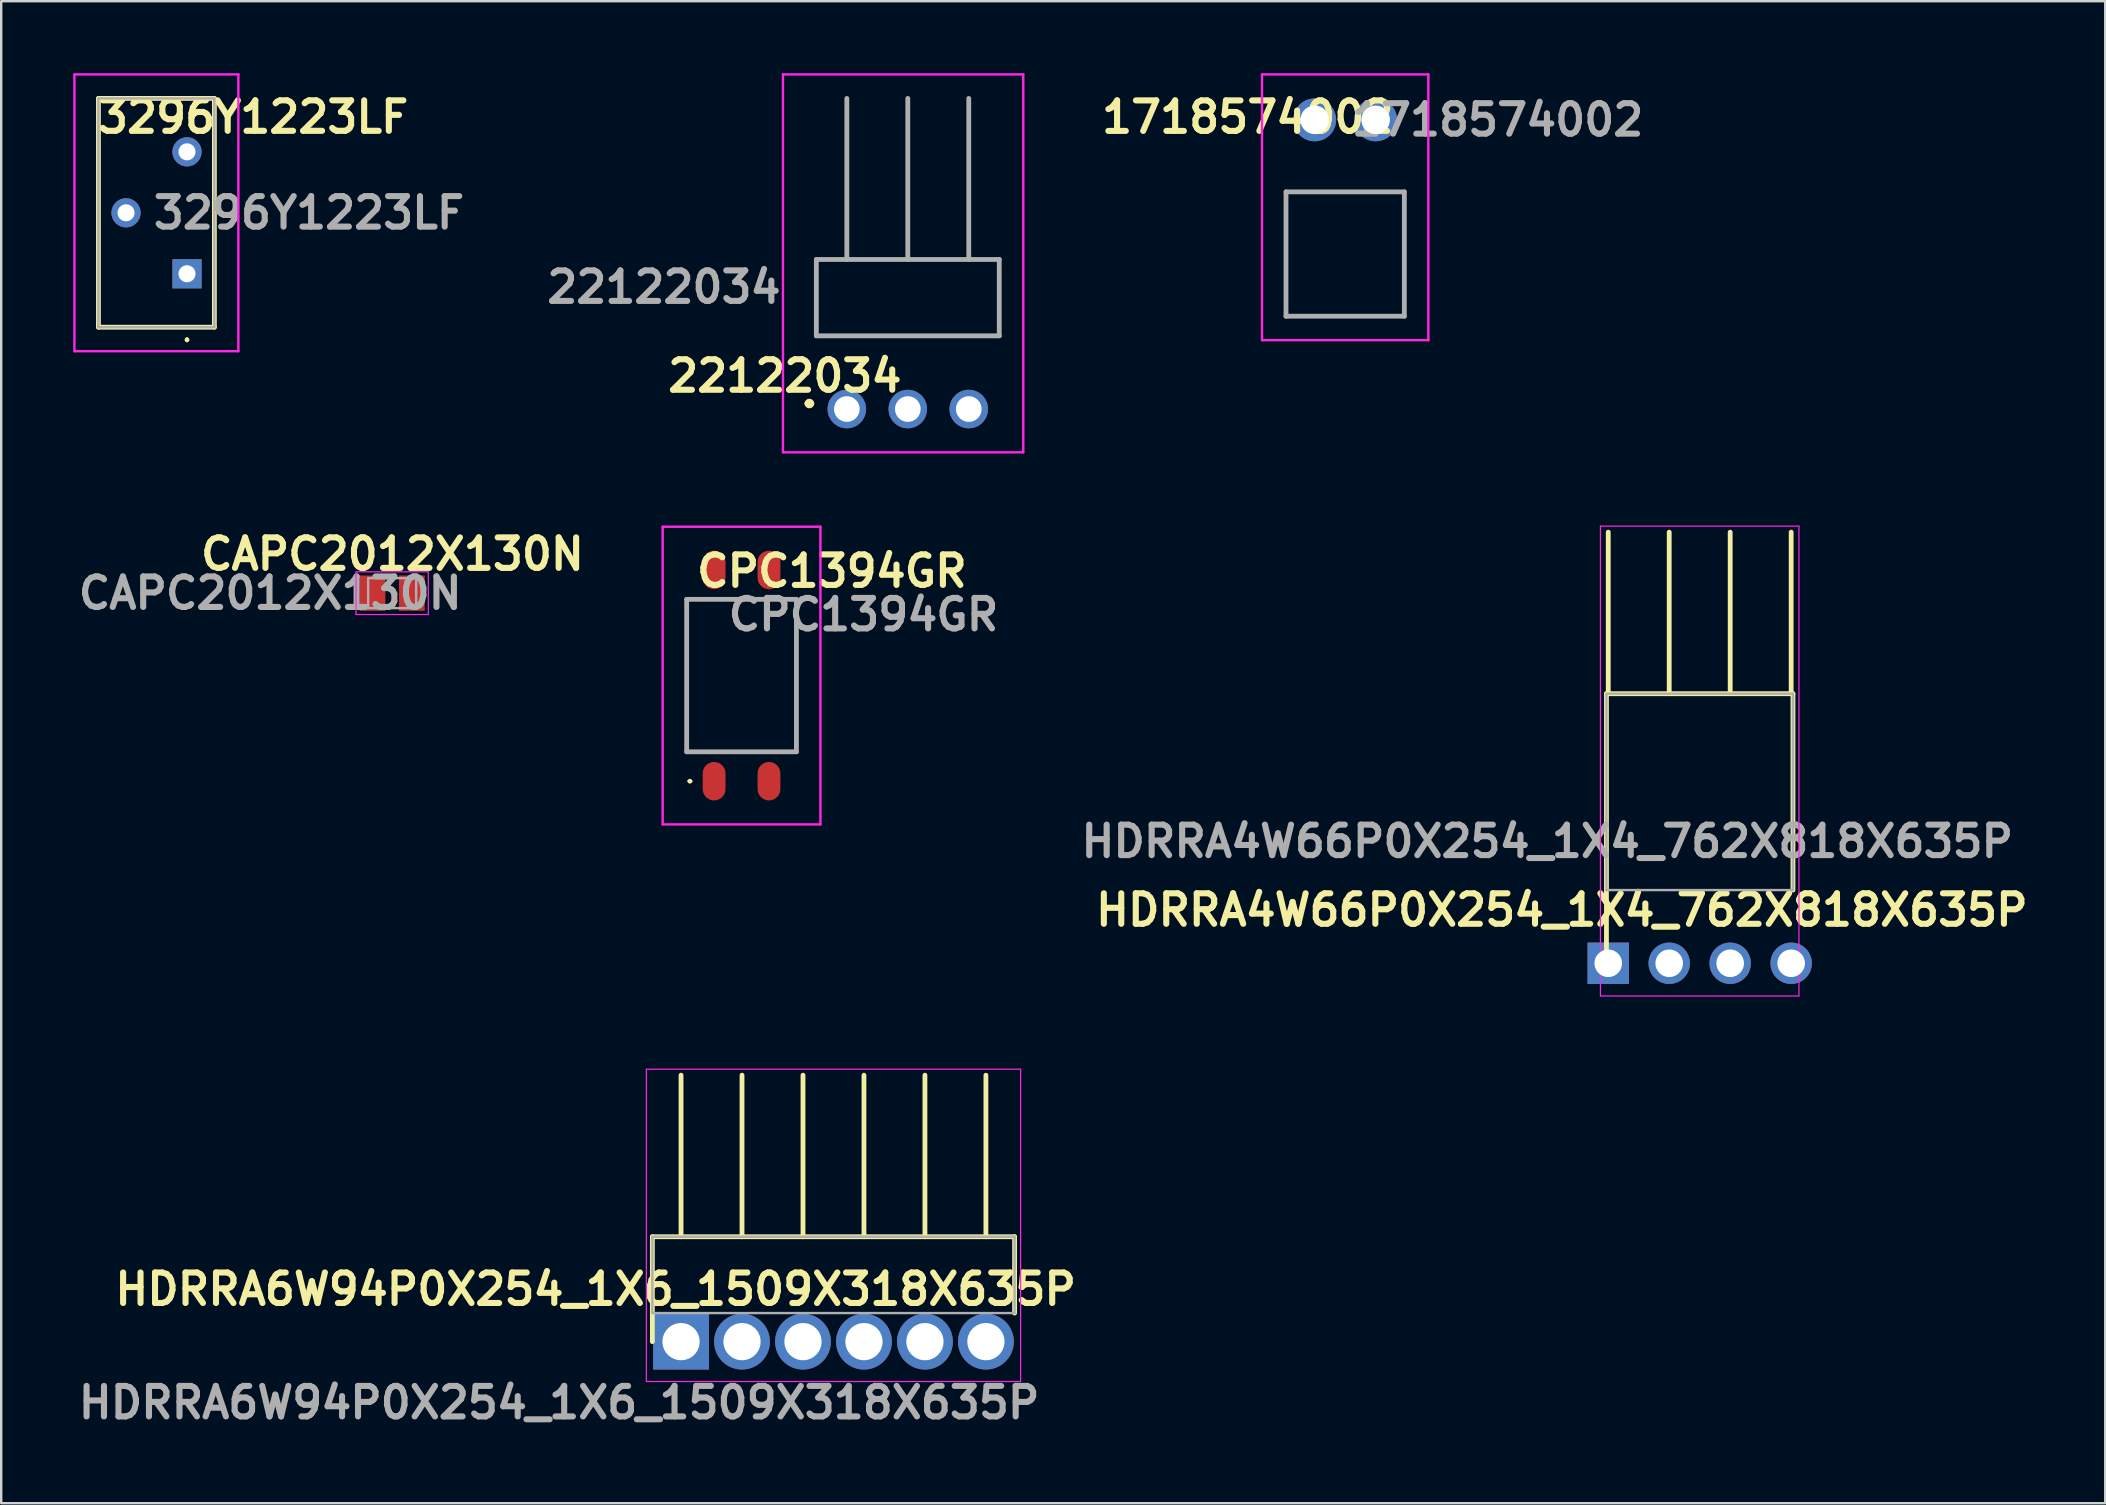
<source format=kicad_pcb>
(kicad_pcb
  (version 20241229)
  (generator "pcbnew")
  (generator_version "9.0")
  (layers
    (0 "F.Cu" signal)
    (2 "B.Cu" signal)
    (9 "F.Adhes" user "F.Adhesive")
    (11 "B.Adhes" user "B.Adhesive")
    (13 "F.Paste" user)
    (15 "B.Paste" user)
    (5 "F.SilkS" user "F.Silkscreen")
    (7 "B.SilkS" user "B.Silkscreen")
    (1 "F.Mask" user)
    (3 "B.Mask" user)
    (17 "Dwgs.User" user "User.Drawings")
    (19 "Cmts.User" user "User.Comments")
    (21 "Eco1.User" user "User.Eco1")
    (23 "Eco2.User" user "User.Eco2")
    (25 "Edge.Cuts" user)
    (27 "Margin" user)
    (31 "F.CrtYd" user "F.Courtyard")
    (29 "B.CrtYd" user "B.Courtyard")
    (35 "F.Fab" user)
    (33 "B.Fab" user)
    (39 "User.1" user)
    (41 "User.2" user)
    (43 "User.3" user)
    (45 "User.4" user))
  (footprint "CAPC2012X130N"
    (layer "F.Cu")
    (at 13.287 21.659)
    (property "Reference" "CAPC2012X130N" (at 0.012 -1.627 0) (layer "F.SilkS") (effects (font (size 1.27 1.27) (thickness 0.254))))
    (attr smd)
    (fp_line (start -1.505 -0.89) (end 1.505 -0.89) (stroke (width 0.05) (type solid)) (layer "F.CrtYd"))
    (fp_line (start -1.505 0.89) (end -1.505 -0.89) (stroke (width 0.05) (type solid)) (layer "F.CrtYd"))
    (fp_line (start 1.505 -0.89) (end 1.505 0.89) (stroke (width 0.05) (type solid)) (layer "F.CrtYd"))
    (fp_line (start 1.505 0.89) (end -1.505 0.89) (stroke (width 0.05) (type solid)) (layer "F.CrtYd"))
    (fp_line (start -1 -0.625) (end 1 -0.625) (stroke (width 0.1) (type solid)) (layer "F.Fab"))
    (fp_line (start -1 0.625) (end -1 -0.625) (stroke (width 0.1) (type solid)) (layer "F.Fab"))
    (fp_line (start 1 -0.625) (end 1 0.625) (stroke (width 0.1) (type solid)) (layer "F.Fab"))
    (fp_line (start 1 0.625) (end -1 0.625) (stroke (width 0.1) (type solid)) (layer "F.Fab"))
    (fp_text user "${REFERENCE}" (at -5.08 0 0) (layer "F.Fab") (effects (font (size 1.27 1.27) (thickness 0.254))))
    (pad "1" smd rect (at -0.82 0) (size 1.07 1.47) (layers "F.Cu" "F.Mask" "F.Paste"))
    (pad "2" smd rect (at 0.82 0) (size 1.07 1.47) (layers "F.Cu" "F.Mask" "F.Paste")))
  (footprint "3296Y1223LF"
    (layer "F.Cu")
    (at 4.74 8.355)
    (property "Reference" "3296Y1223LF" (at 2.754 -6.53 0) (layer "F.SilkS") (effects (font (size 1.27 1.27) (thickness 0.254))))
    (attr through_hole)
    (fp_line (start -3.69 -7.305) (end -3.69 2.225) (stroke (width 0.2) (type solid)) (layer "F.SilkS"))
    (fp_line (start -3.69 2.225) (end 1.14 2.225) (stroke (width 0.2) (type solid)) (layer "F.SilkS"))
    (fp_line (start 0 2.7) (end 0 2.7) (stroke (width 0.1) (type solid)) (layer "F.SilkS"))
    (fp_line (start 0 2.8) (end 0 2.8) (stroke (width 0.1) (type solid)) (layer "F.SilkS"))
    (fp_line (start 1.14 -7.305) (end -3.69 -7.305) (stroke (width 0.2) (type solid)) (layer "F.SilkS"))
    (fp_line (start 1.14 2.225) (end 1.14 -7.305) (stroke (width 0.2) (type solid)) (layer "F.SilkS"))
    (fp_arc (start 0 2.7) (mid 0.05 2.75) (end 0 2.8) (stroke (width 0.1) (type solid)) (layer "F.SilkS"))
    (fp_arc (start 0 2.8) (mid -0.05 2.75) (end 0 2.7) (stroke (width 0.1) (type solid)) (layer "F.SilkS"))
    (fp_line (start -4.69 -8.305) (end -4.69 3.225) (stroke (width 0.1) (type solid)) (layer "F.CrtYd"))
    (fp_line (start -4.69 3.225) (end 2.14 3.225) (stroke (width 0.1) (type solid)) (layer "F.CrtYd"))
    (fp_line (start 2.14 -8.305) (end -4.69 -8.305) (stroke (width 0.1) (type solid)) (layer "F.CrtYd"))
    (fp_line (start 2.14 3.225) (end 2.14 -8.305) (stroke (width 0.1) (type solid)) (layer "F.CrtYd"))
    (fp_line (start -3.69 -7.305) (end -3.69 2.225) (stroke (width 0.1) (type solid)) (layer "F.Fab"))
    (fp_line (start -3.69 2.225) (end 1.14 2.225) (stroke (width 0.1) (type solid)) (layer "F.Fab"))
    (fp_line (start 1.14 -7.305) (end -3.69 -7.305) (stroke (width 0.1) (type solid)) (layer "F.Fab"))
    (fp_line (start 1.14 2.225) (end 1.14 -7.305) (stroke (width 0.1) (type solid)) (layer "F.Fab"))
    (fp_text user "${REFERENCE}" (at 5.08 -2.54 0) (layer "F.Fab") (effects (font (size 1.27 1.27) (thickness 0.254))))
    (pad "1" thru_hole rect (at 0 0) (size 1.217 1.217) (drill 0.71) (layers "*.Cu" "*.Mask"))
    (pad "2" thru_hole circle (at -2.54 -2.54) (size 1.217 1.217) (drill 0.71) (layers "*.Cu" "*.Mask"))
    (pad "3" thru_hole circle (at 0 -5.08) (size 1.217 1.217) (drill 0.71) (layers "*.Cu" "*.Mask")))
  (footprint "1718574002"
    (layer "F.Cu")
    (at 51.717 1.943)
    (property "Reference" "1718574002" (at -2.789 -0.115 0) (layer "F.SilkS") (effects (font (size 1.27 1.27) (thickness 0.254))))
    (attr through_hole)
    (fp_line (start -1.195 3) (end 3.735 3) (stroke (width 0.1) (type solid)) (layer "F.SilkS"))
    (fp_line (start -1.195 8.18) (end -1.195 3) (stroke (width 0.1) (type solid)) (layer "F.SilkS"))
    (fp_line (start 3.735 3) (end 3.735 8.18) (stroke (width 0.1) (type solid)) (layer "F.SilkS"))
    (fp_line (start 3.735 8.18) (end -1.195 8.18) (stroke (width 0.1) (type solid)) (layer "F.SilkS"))
    (fp_line (start -2.195 -1.893) (end 4.735 -1.893) (stroke (width 0.1) (type solid)) (layer "F.CrtYd"))
    (fp_line (start -2.195 9.18) (end -2.195 -1.893) (stroke (width 0.1) (type solid)) (layer "F.CrtYd"))
    (fp_line (start 4.735 -1.893) (end 4.735 9.18) (stroke (width 0.1) (type solid)) (layer "F.CrtYd"))
    (fp_line (start 4.735 9.18) (end -2.195 9.18) (stroke (width 0.1) (type solid)) (layer "F.CrtYd"))
    (fp_line (start -1.195 3) (end 3.735 3) (stroke (width 0.2) (type solid)) (layer "F.Fab"))
    (fp_line (start -1.195 8.18) (end -1.195 3) (stroke (width 0.2) (type solid)) (layer "F.Fab"))
    (fp_line (start 3.735 3) (end 3.735 8.18) (stroke (width 0.2) (type solid)) (layer "F.Fab"))
    (fp_line (start 3.735 8.18) (end -1.195 8.18) (stroke (width 0.2) (type solid)) (layer "F.Fab"))
    (fp_text user "${REFERENCE}" (at 7.62 0 0) (layer "F.Fab") (effects (font (size 1.27 1.27) (thickness 0.254))))
    (pad "1" thru_hole circle (at 0 0) (size 1.785 1.785) (drill 1.19) (layers "*.Cu" "*.Mask"))
    (pad "2" thru_hole circle (at 2.54 0) (size 1.785 1.785) (drill 1.19) (layers "*.Cu" "*.Mask")))
  (footprint "HDRRA4W66P0X254_1X4_762X818X635P"
    (layer "F.Cu")
    (at 63.946 37.078)
    (property "Reference" "HDRRA4W66P0X254_1X4_762X818X635P" (at -1.932 -2.22 0) (layer "F.SilkS") (effects (font (size 1.27 1.27) (thickness 0.254))))
    (attr through_hole)
    (fp_line (start -0.075 -11.23) (end 7.695 -11.23) (stroke (width 0.2) (type solid)) (layer "F.SilkS"))
    (fp_line (start -0.075 0) (end -0.075 -11.23) (stroke (width 0.2) (type solid)) (layer "F.SilkS"))
    (fp_line (start 0 -11.23) (end 0 -17.96) (stroke (width 0.2) (type solid)) (layer "F.SilkS"))
    (fp_line (start 2.54 -11.23) (end 2.54 -17.96) (stroke (width 0.2) (type solid)) (layer "F.SilkS"))
    (fp_line (start 5.08 -11.23) (end 5.08 -17.96) (stroke (width 0.2) (type solid)) (layer "F.SilkS"))
    (fp_line (start 7.62 -11.23) (end 7.62 -17.96) (stroke (width 0.2) (type solid)) (layer "F.SilkS"))
    (fp_line (start 7.695 -11.23) (end 7.695 -3.05) (stroke (width 0.2) (type solid)) (layer "F.SilkS"))
    (fp_line (start -0.325 -18.21) (end -0.325 1.362) (stroke (width 0.05) (type solid)) (layer "F.CrtYd"))
    (fp_line (start -0.325 1.362) (end 7.945 1.362) (stroke (width 0.05) (type solid)) (layer "F.CrtYd"))
    (fp_line (start 7.945 -18.21) (end -0.325 -18.21) (stroke (width 0.05) (type solid)) (layer "F.CrtYd"))
    (fp_line (start 7.945 1.362) (end 7.945 -18.21) (stroke (width 0.05) (type solid)) (layer "F.CrtYd"))
    (fp_line (start -0.075 -11.23) (end 7.695 -11.23) (stroke (width 0.1) (type solid)) (layer "F.Fab"))
    (fp_line (start -0.075 -3.05) (end -0.075 -11.23) (stroke (width 0.1) (type solid)) (layer "F.Fab"))
    (fp_line (start 7.695 -11.23) (end 7.695 -3.05) (stroke (width 0.1) (type solid)) (layer "F.Fab"))
    (fp_line (start 7.695 -3.05) (end -0.075 -3.05) (stroke (width 0.1) (type solid)) (layer "F.Fab"))
    (fp_text user "${REFERENCE}" (at -2.54 -5.08 0) (layer "F.Fab") (effects (font (size 1.27 1.27) (thickness 0.254))))
    (pad "1" thru_hole rect (at 0 0) (size 1.725 1.725) (drill 1.15) (layers "*.Cu" "*.Mask"))
    (pad "2" thru_hole circle (at 2.54 0) (size 1.725 1.725) (drill 1.15) (layers "*.Cu" "*.Mask"))
    (pad "3" thru_hole circle (at 5.08 0) (size 1.725 1.725) (drill 1.15) (layers "*.Cu" "*.Mask"))
    (pad "4" thru_hole circle (at 7.62 0) (size 1.725 1.725) (drill 1.15) (layers "*.Cu" "*.Mask")))
  (footprint "HDRRA6W94P0X254_1X6_1509X318X635P"
    (layer "F.Cu")
    (at 25.321 52.84)
    (property "Reference" "HDRRA6W94P0X254_1X6_1509X318X635P" (at -3.558 -2.185 0) (layer "F.SilkS") (effects (font (size 1.27 1.27) (thickness 0.254))))
    (attr through_hole)
    (fp_line (start -1.195 -4.37) (end 13.895 -4.37) (stroke (width 0.2) (type solid)) (layer "F.SilkS"))
    (fp_line (start -1.195 0) (end -1.195 -4.37) (stroke (width 0.2) (type solid)) (layer "F.SilkS"))
    (fp_line (start 0 -4.37) (end 0 -11.1) (stroke (width 0.2) (type solid)) (layer "F.SilkS"))
    (fp_line (start 2.54 -4.37) (end 2.54 -11.1) (stroke (width 0.2) (type solid)) (layer "F.SilkS"))
    (fp_line (start 5.08 -4.37) (end 5.08 -11.1) (stroke (width 0.2) (type solid)) (layer "F.SilkS"))
    (fp_line (start 7.62 -4.37) (end 7.62 -11.1) (stroke (width 0.2) (type solid)) (layer "F.SilkS"))
    (fp_line (start 10.16 -4.37) (end 10.16 -11.1) (stroke (width 0.2) (type solid)) (layer "F.SilkS"))
    (fp_line (start 12.7 -4.37) (end 12.7 -11.1) (stroke (width 0.2) (type solid)) (layer "F.SilkS"))
    (fp_line (start 13.895 -4.37) (end 13.895 -1.19) (stroke (width 0.2) (type solid)) (layer "F.SilkS"))
    (fp_line (start -1.445 -11.35) (end -1.445 1.662) (stroke (width 0.05) (type solid)) (layer "F.CrtYd"))
    (fp_line (start -1.445 1.662) (end 14.145 1.662) (stroke (width 0.05) (type solid)) (layer "F.CrtYd"))
    (fp_line (start 14.145 -11.35) (end -1.445 -11.35) (stroke (width 0.05) (type solid)) (layer "F.CrtYd"))
    (fp_line (start 14.145 1.662) (end 14.145 -11.35) (stroke (width 0.05) (type solid)) (layer "F.CrtYd"))
    (fp_line (start -1.195 -4.37) (end 13.895 -4.37) (stroke (width 0.1) (type solid)) (layer "F.Fab"))
    (fp_line (start -1.195 -1.19) (end -1.195 -4.37) (stroke (width 0.1) (type solid)) (layer "F.Fab"))
    (fp_line (start 13.895 -4.37) (end 13.895 -1.19) (stroke (width 0.1) (type solid)) (layer "F.Fab"))
    (fp_line (start 13.895 -1.19) (end -1.195 -1.19) (stroke (width 0.1) (type solid)) (layer "F.Fab"))
    (fp_text user "${REFERENCE}" (at -5.08 2.54 0) (layer "F.Fab") (effects (font (size 1.27 1.27) (thickness 0.254))))
    (pad "1" thru_hole rect (at 0 0) (size 2.325 2.325) (drill 1.55) (layers "*.Cu" "*.Mask"))
    (pad "2" thru_hole circle (at 2.54 0) (size 2.325 2.325) (drill 1.55) (layers "*.Cu" "*.Mask"))
    (pad "3" thru_hole circle (at 5.08 0) (size 2.325 2.325) (drill 1.55) (layers "*.Cu" "*.Mask"))
    (pad "4" thru_hole circle (at 7.62 0) (size 2.325 2.325) (drill 1.55) (layers "*.Cu" "*.Mask"))
    (pad "5" thru_hole circle (at 10.16 0) (size 2.325 2.325) (drill 1.55) (layers "*.Cu" "*.Mask"))
    (pad "6" thru_hole circle (at 12.7 0) (size 2.325 2.325) (drill 1.55) (layers "*.Cu" "*.Mask")))
  (footprint "CPC1394GR"
    (layer "F.Cu")
    (at 27.841 25.093)
    (property "Reference" "CPC1394GR" (at 3.763 -4.352 0) (layer "F.SilkS") (effects (font (size 1.27 1.27) (thickness 0.254))))
    (attr smd)
    (fp_line (start -2.286 -3.175) (end 2.286 -3.175) (stroke (width 0.1) (type solid)) (layer "F.SilkS"))
    (fp_line (start -2.286 3.175) (end -2.286 -3.175) (stroke (width 0.1) (type solid)) (layer "F.SilkS"))
    (fp_line (start -2.2 4.4) (end -2.2 4.4) (stroke (width 0.1) (type solid)) (layer "F.SilkS"))
    (fp_line (start -2.1 4.4) (end -2.1 4.4) (stroke (width 0.1) (type solid)) (layer "F.SilkS"))
    (fp_line (start 2.286 -3.175) (end 2.286 3.175) (stroke (width 0.1) (type solid)) (layer "F.SilkS"))
    (fp_line (start 2.286 3.175) (end -2.286 3.175) (stroke (width 0.1) (type solid)) (layer "F.SilkS"))
    (fp_arc (start -2.2 4.4) (mid -2.15 4.35) (end -2.1 4.4) (stroke (width 0.1) (type solid)) (layer "F.SilkS"))
    (fp_arc (start -2.1 4.4) (mid -2.15 4.45) (end -2.2 4.4) (stroke (width 0.1) (type solid)) (layer "F.SilkS"))
    (fp_line (start -3.286 -6.2) (end 3.286 -6.2) (stroke (width 0.1) (type solid)) (layer "F.CrtYd"))
    (fp_line (start -3.286 6.2) (end -3.286 -6.2) (stroke (width 0.1) (type solid)) (layer "F.CrtYd"))
    (fp_line (start 3.286 -6.2) (end 3.286 6.2) (stroke (width 0.1) (type solid)) (layer "F.CrtYd"))
    (fp_line (start 3.286 6.2) (end -3.286 6.2) (stroke (width 0.1) (type solid)) (layer "F.CrtYd"))
    (fp_line (start -2.286 -3.175) (end 2.286 -3.175) (stroke (width 0.2) (type solid)) (layer "F.Fab"))
    (fp_line (start -2.286 3.175) (end -2.286 -3.175) (stroke (width 0.2) (type solid)) (layer "F.Fab"))
    (fp_line (start 2.286 -3.175) (end 2.286 3.175) (stroke (width 0.2) (type solid)) (layer "F.Fab"))
    (fp_line (start 2.286 3.175) (end -2.286 3.175) (stroke (width 0.2) (type solid)) (layer "F.Fab"))
    (fp_text user "${REFERENCE}" (at 5.08 -2.54 0) (layer "F.Fab") (effects (font (size 1.27 1.27) (thickness 0.254))))
    (pad "1" smd oval (at -1.143 4.4) (size 0.95 1.6) (layers "F.Cu" "F.Mask" "F.Paste"))
    (pad "2" smd oval (at 1.143 4.4) (size 0.95 1.6) (layers "F.Cu" "F.Mask" "F.Paste"))
    (pad "3" smd oval (at 1.143 -4.4) (size 0.95 1.6) (layers "F.Cu" "F.Mask" "F.Paste"))
    (pad "4" smd oval (at -1.143 -4.4) (size 0.95 1.6) (layers "F.Cu" "F.Mask" "F.Paste")))
  (footprint "22122034"
    (layer "F.Cu")
    (at 32.227 13.99)
    (property "Reference" "22122034" (at -2.584 -1.379 0) (layer "F.SilkS") (effects (font (size 1.27 1.27) (thickness 0.254))))
    (attr through_hole)
    (fp_line (start -1.66 -0.23) (end -1.66 -0.23) (stroke (width 0.2) (type solid)) (layer "F.SilkS"))
    (fp_line (start -1.46 -0.23) (end -1.46 -0.23) (stroke (width 0.2) (type solid)) (layer "F.SilkS"))
    (fp_line (start -1.27 -6.23) (end 6.35 -6.23) (stroke (width 0.1) (type solid)) (layer "F.SilkS"))
    (fp_line (start -1.27 -3.05) (end -1.27 -6.23) (stroke (width 0.1) (type solid)) (layer "F.SilkS"))
    (fp_line (start 6.35 -6.23) (end 6.35 -3.05) (stroke (width 0.1) (type solid)) (layer "F.SilkS"))
    (fp_line (start 6.35 -3.05) (end -1.27 -3.05) (stroke (width 0.1) (type solid)) (layer "F.SilkS"))
    (fp_arc (start -1.66 -0.23) (mid -1.56 -0.33) (end -1.46 -0.23) (stroke (width 0.2) (type solid)) (layer "F.SilkS"))
    (fp_arc (start -1.46 -0.23) (mid -1.56 -0.13) (end -1.66 -0.23) (stroke (width 0.2) (type solid)) (layer "F.SilkS"))
    (fp_line (start -2.66 -13.94) (end 7.35 -13.94) (stroke (width 0.1) (type solid)) (layer "F.CrtYd"))
    (fp_line (start -2.66 1.803) (end -2.66 -13.94) (stroke (width 0.1) (type solid)) (layer "F.CrtYd"))
    (fp_line (start 7.35 -13.94) (end 7.35 1.803) (stroke (width 0.1) (type solid)) (layer "F.CrtYd"))
    (fp_line (start 7.35 1.803) (end -2.66 1.803) (stroke (width 0.1) (type solid)) (layer "F.CrtYd"))
    (fp_line (start -1.27 -6.23) (end 6.35 -6.23) (stroke (width 0.2) (type solid)) (layer "F.Fab"))
    (fp_line (start -1.27 -3.05) (end -1.27 -6.23) (stroke (width 0.2) (type solid)) (layer "F.Fab"))
    (fp_line (start 0 -6.23) (end 0 -12.94) (stroke (width 0.2) (type solid)) (layer "F.Fab"))
    (fp_line (start 2.54 -6.23) (end 2.54 -12.94) (stroke (width 0.2) (type solid)) (layer "F.Fab"))
    (fp_line (start 5.08 -6.23) (end 5.08 -12.94) (stroke (width 0.2) (type solid)) (layer "F.Fab"))
    (fp_line (start 6.35 -6.23) (end 6.35 -3.05) (stroke (width 0.2) (type solid)) (layer "F.Fab"))
    (fp_line (start 6.35 -3.05) (end -1.27 -3.05) (stroke (width 0.2) (type solid)) (layer "F.Fab"))
    (fp_text user "${REFERENCE}" (at -7.62 -5.08 0) (layer "F.Fab") (effects (font (size 1.27 1.27) (thickness 0.254))))
    (pad "1" thru_hole circle (at 0 0) (size 1.605 1.605) (drill 1.07) (layers "*.Cu" "*.Mask"))
    (pad "2" thru_hole circle (at 2.54 0) (size 1.605 1.605) (drill 1.07) (layers "*.Cu" "*.Mask"))
    (pad "3" thru_hole circle (at 5.08 0) (size 1.605 1.605) (drill 1.07) (layers "*.Cu" "*.Mask")))
  (gr_rect
    (start -3 -3)
    (end 84.65 59.569)
    (stroke (width 0.1) (type default))
    (fill no)
    (layer "Edge.Cuts")))
</source>
